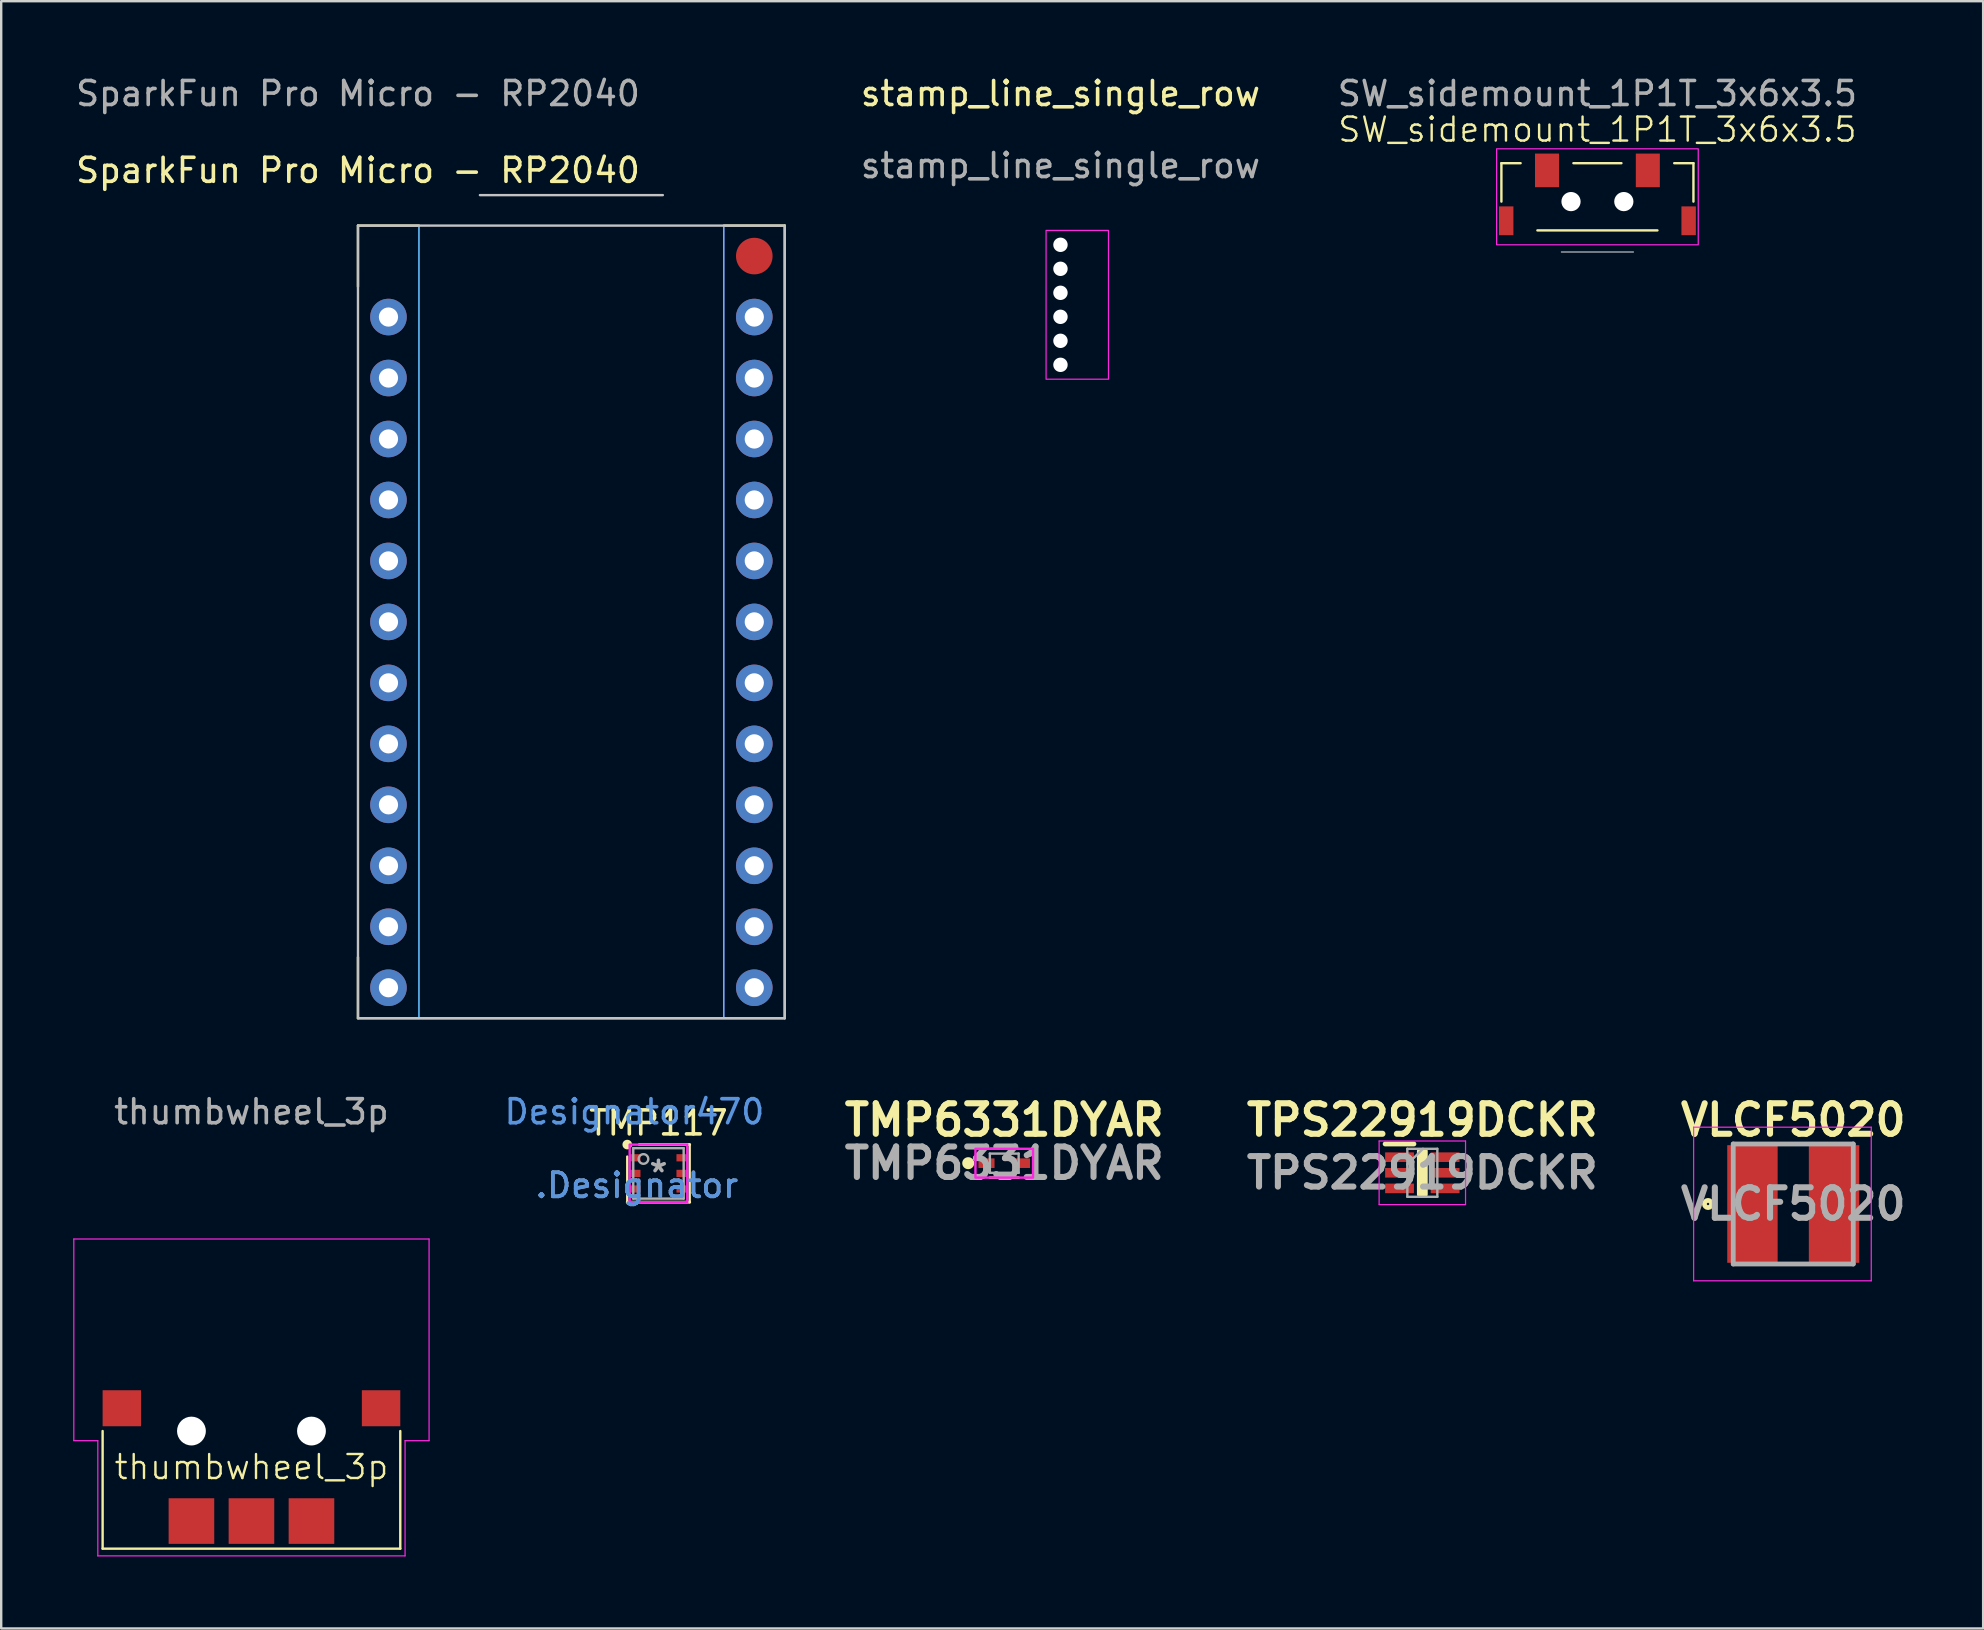
<source format=kicad_pcb>
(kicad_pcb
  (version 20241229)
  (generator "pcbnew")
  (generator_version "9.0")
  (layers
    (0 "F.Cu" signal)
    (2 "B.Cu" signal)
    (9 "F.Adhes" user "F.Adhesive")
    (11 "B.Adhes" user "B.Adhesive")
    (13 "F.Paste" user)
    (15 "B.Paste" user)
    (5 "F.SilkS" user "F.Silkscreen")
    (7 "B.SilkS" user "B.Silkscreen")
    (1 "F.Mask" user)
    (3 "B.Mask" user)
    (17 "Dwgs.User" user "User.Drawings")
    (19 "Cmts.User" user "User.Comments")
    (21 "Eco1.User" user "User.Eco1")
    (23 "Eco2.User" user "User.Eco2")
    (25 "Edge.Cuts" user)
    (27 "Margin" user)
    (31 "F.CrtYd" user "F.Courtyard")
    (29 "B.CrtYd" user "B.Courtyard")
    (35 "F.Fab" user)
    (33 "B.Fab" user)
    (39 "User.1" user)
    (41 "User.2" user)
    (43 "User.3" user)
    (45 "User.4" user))
  (footprint "SparkFun Pro Micro - RP2040"
    (layer "F.Cu")
    (at 11.863 6.348)
    (property "Reference" "SparkFun Pro Micro - RP2040" (at 0 -2.3 0) (unlocked yes) (layer "F.SilkS") (effects (font (size 1 1) (thickness 0.15))))
    (attr through_hole)
    (fp_line (start 0 0) (end 2.54 0) (stroke (width 0.1) (type default)) (layer "F.SilkS"))
    (fp_line (start 0 2.54) (end 0 0) (stroke (width 0.1) (type default)) (layer "F.SilkS"))
    (fp_line (start 0 33.02) (end 0 30.48) (stroke (width 0.1) (type default)) (layer "F.SilkS"))
    (fp_line (start 15.24 0) (end 17.78 0) (stroke (width 0.1) (type default)) (layer "F.SilkS"))
    (fp_line (start 17.78 0) (end 17.78 33.02) (stroke (width 0.1) (type default)) (layer "F.SilkS"))
    (fp_line (start 17.78 33.02) (end 0 33.02) (stroke (width 0.1) (type default)) (layer "F.SilkS"))
    (fp_rect (start 0 0) (end 17.78 33.02) (stroke (width 0.1) (type default)) (fill no) (layer "Dwgs.User"))
    (fp_rect (start 5.08 -1.27) (end 12.7 -1.27) (stroke (width 0.1) (type default)) (fill no) (layer "Dwgs.User"))
    (fp_rect (start 0 0) (end 2.54 33.02) (stroke (width 0.05) (type default)) (fill no) (layer "B.CrtYd"))
    (fp_rect (start 15.24 0) (end 17.78 33.02) (stroke (width 0.05) (type default)) (fill no) (layer "B.CrtYd"))
    (fp_rect (start 0 0) (end 2.54 33.02) (stroke (width 0.05) (type default)) (fill no) (layer "F.CrtYd"))
    (fp_rect (start 15.24 0) (end 17.78 33.02) (stroke (width 0.05) (type default)) (fill no) (layer "F.CrtYd"))
    (fp_text user "${REFERENCE}" (at 0 -5.5 0) (unlocked yes) (layer "F.Fab") (effects (font (size 1 1) (thickness 0.15))))
    (pad "1" thru_hole circle (at 16.51 3.81) (size 1.524 1.524) (drill 0.8) (layers "*.Cu" "*.Mask"))
    (pad "2" thru_hole circle (at 16.51 6.35) (size 1.524 1.524) (drill 0.8) (layers "*.Cu" "*.Mask"))
    (pad "3" thru_hole circle (at 16.51 8.89) (size 1.524 1.524) (drill 0.8) (layers "*.Cu" "*.Mask"))
    (pad "4" thru_hole circle (at 16.51 11.43) (size 1.524 1.524) (drill 0.8) (layers "*.Cu" "*.Mask"))
    (pad "5" thru_hole circle (at 16.51 13.97) (size 1.524 1.524) (drill 0.8) (layers "*.Cu" "*.Mask"))
    (pad "6" thru_hole circle (at 16.51 16.51) (size 1.524 1.524) (drill 0.8) (layers "*.Cu" "*.Mask"))
    (pad "7" thru_hole circle (at 16.51 19.05) (size 1.524 1.524) (drill 0.8) (layers "*.Cu" "*.Mask"))
    (pad "8" thru_hole circle (at 16.51 21.59) (size 1.524 1.524) (drill 0.8) (layers "*.Cu" "*.Mask"))
    (pad "9" thru_hole circle (at 16.51 24.13) (size 1.524 1.524) (drill 0.8) (layers "*.Cu" "*.Mask"))
    (pad "10" thru_hole circle (at 16.51 26.67) (size 1.524 1.524) (drill 0.8) (layers "*.Cu" "*.Mask"))
    (pad "11" thru_hole circle (at 16.51 29.21) (size 1.524 1.524) (drill 0.8) (layers "*.Cu" "*.Mask"))
    (pad "12" thru_hole circle (at 16.51 31.75) (size 1.524 1.524) (drill 0.8) (layers "*.Cu" "*.Mask"))
    (pad "13" thru_hole circle (at 1.27 31.75) (size 1.524 1.524) (drill 0.8) (layers "*.Cu" "*.Mask"))
    (pad "14" thru_hole circle (at 1.27 29.21) (size 1.524 1.524) (drill 0.8) (layers "*.Cu" "*.Mask"))
    (pad "15" thru_hole circle (at 1.27 26.67) (size 1.524 1.524) (drill 0.8) (layers "*.Cu" "*.Mask"))
    (pad "16" thru_hole circle (at 1.27 24.13) (size 1.524 1.524) (drill 0.8) (layers "*.Cu" "*.Mask"))
    (pad "17" thru_hole circle (at 1.27 21.59) (size 1.524 1.524) (drill 0.8) (layers "*.Cu" "*.Mask"))
    (pad "18" thru_hole circle (at 1.27 19.05) (size 1.524 1.524) (drill 0.8) (layers "*.Cu" "*.Mask"))
    (pad "19" thru_hole circle (at 1.27 16.51) (size 1.524 1.524) (drill 0.8) (layers "*.Cu" "*.Mask"))
    (pad "20" thru_hole circle (at 1.27 13.97) (size 1.524 1.524) (drill 0.8) (layers "*.Cu" "*.Mask"))
    (pad "21" thru_hole circle (at 1.27 11.43) (size 1.524 1.524) (drill 0.8) (layers "*.Cu" "*.Mask"))
    (pad "22" thru_hole circle (at 1.27 8.89) (size 1.524 1.524) (drill 0.8) (layers "*.Cu" "*.Mask"))
    (pad "23" thru_hole circle (at 1.27 6.35) (size 1.524 1.524) (drill 0.8) (layers "*.Cu" "*.Mask"))
    (pad "24" thru_hole circle (at 1.27 3.81) (size 1.524 1.524) (drill 0.8) (layers "*.Cu" "*.Mask"))
    (pad "25" smd circle (at 16.51 1.27) (size 1.524 1.524) (layers "F.Cu" "F.Mask" "F.Paste")))
  (footprint "thumbwheel_3p"
    (layer "F.Cu")
    (at 7.425 56.566)
    (property "Reference" "thumbwheel_3p" (at 0 1.5 0) (unlocked yes) (layer "F.SilkS") (effects (font (size 1 1) (thickness 0.1))))
    (attr smd)
    (fp_line (start -6.2 0) (end -6.2 4.9) (stroke (width 0.1) (type default)) (layer "F.SilkS"))
    (fp_line (start -6.2 4.9) (end 6.2 4.9) (stroke (width 0.1) (type default)) (layer "F.SilkS"))
    (fp_line (start 6.2 4.9) (end 6.2 0) (stroke (width 0.1) (type default)) (layer "F.SilkS"))
    (fp_line (start -7.4 -8) (end -7.4 0.4) (stroke (width 0.05) (type default)) (layer "F.CrtYd"))
    (fp_line (start -7.4 0.4) (end -6.4 0.4) (stroke (width 0.05) (type default)) (layer "F.CrtYd"))
    (fp_line (start -6.4 0.4) (end -6.4 5.2) (stroke (width 0.05) (type default)) (layer "F.CrtYd"))
    (fp_line (start -6.4 5.2) (end 6.4 5.2) (stroke (width 0.05) (type default)) (layer "F.CrtYd"))
    (fp_line (start 6.4 0.4) (end 7.4 0.4) (stroke (width 0.05) (type default)) (layer "F.CrtYd"))
    (fp_line (start 6.4 5.2) (end 6.4 0.4) (stroke (width 0.05) (type default)) (layer "F.CrtYd"))
    (fp_line (start 7.4 -8) (end -7.4 -8) (stroke (width 0.05) (type default)) (layer "F.CrtYd"))
    (fp_line (start 7.4 0.4) (end 7.4 -8) (stroke (width 0.05) (type default)) (layer "F.CrtYd"))
    (fp_text user "${REFERENCE}" (at 0 -13.3 0) (unlocked yes) (layer "F.Fab") (effects (font (size 1 1) (thickness 0.15))))
    (pad "" np_thru_hole circle (at -2.5 0) (size 1.2 1.2) (drill 1.2) (layers "*.Cu" "*.Mask"))
    (pad "" np_thru_hole circle (at 2.5 0) (size 1.2 1.2) (drill 1.2) (layers "*.Cu" "*.Mask"))
    (pad "1" smd rect (at -2.5 3.75) (size 1.9 1.9) (layers "F.Cu" "F.Mask" "F.Paste"))
    (pad "2" smd rect (at 0 3.75) (size 1.9 1.9) (layers "F.Cu" "F.Mask" "F.Paste"))
    (pad "3" smd rect (at 2.5 3.75) (size 1.9 1.9) (layers "F.Cu" "F.Mask" "F.Paste"))
    (pad "4" smd rect (at 5.4 -0.95) (size 1.6 1.5) (layers "F.Cu" "F.Mask" "F.Paste"))
    (pad "5" smd rect (at -5.4 -0.95) (size 1.6 1.5) (layers "F.Cu" "F.Mask" "F.Paste")))
  (footprint "SW_sidemount_1P1T_3x6x3.5"
    (layer "F.Cu")
    (at 63.497 5.348)
    (property "Reference" "SW_sidemount_1P1T_3x6x3.5" (at 0 -3 0) (unlocked yes) (layer "F.SilkS") (effects (font (size 1 1) (thickness 0.1))))
    (attr smd)
    (fp_line (start -4 -1.6) (end -3.2 -1.6) (stroke (width 0.1) (type default)) (layer "F.SilkS"))
    (fp_line (start -4 0) (end -4 -1.6) (stroke (width 0.1) (type default)) (layer "F.SilkS"))
    (fp_line (start -2.5 1.2) (end 2.5 1.2) (stroke (width 0.1) (type default)) (layer "F.SilkS"))
    (fp_line (start -1 -1.6) (end 1 -1.6) (stroke (width 0.1) (type default)) (layer "F.SilkS"))
    (fp_line (start 4 -1.6) (end 3.2 -1.6) (stroke (width 0.1) (type default)) (layer "F.SilkS"))
    (fp_line (start 4 0) (end 4 -1.6) (stroke (width 0.1) (type default)) (layer "F.SilkS"))
    (fp_line (start -1.5 2.1) (end 1.5 2.1) (stroke (width 0.05) (type default)) (layer "Dwgs.User"))
    (fp_rect (start -4.2 -2.2) (end 4.2 1.8) (stroke (width 0.05) (type default)) (fill no) (layer "F.CrtYd"))
    (fp_text user "${REFERENCE}" (at 0 -4.5 0) (unlocked yes) (layer "F.Fab") (effects (font (size 1 1) (thickness 0.15))))
    (pad "" np_thru_hole circle (at -1.1 0) (size 0.8 0.8) (drill 0.8) (layers "*.Cu" "*.Mask"))
    (pad "" np_thru_hole circle (at 1.1 0) (size 0.8 0.8) (drill 0.8) (layers "*.Cu" "*.Mask"))
    (pad "1" smd rect (at -3.8 0.8) (size 0.6 1.2) (layers "F.Cu" "F.Mask" "F.Paste"))
    (pad "2" smd rect (at -2.1 -1.3) (size 1 1.4) (layers "F.Cu" "F.Mask" "F.Paste"))
    (pad "3" smd rect (at 2.1 -1.3) (size 1 1.4) (layers "F.Cu" "F.Mask" "F.Paste"))
    (pad "4" smd rect (at 3.8 0.8) (size 0.6 1.2) (layers "F.Cu" "F.Mask" "F.Paste")))
  (footprint "TPS22919DCKR"
    (layer "F.Cu")
    (at 56.203 45.807)
    (property "Reference" "TPS22919DCKR" (at 0 -2.2 0) (layer "F.SilkS") (effects (font (size 1.27 1.27) (thickness 0.254))))
    (attr smd)
    (fp_line (start -1.55 -1.2) (end -0.35 -1.2) (stroke (width 0.2) (type solid)) (layer "F.SilkS"))
    (fp_rect (start -0.1 -0.9) (end 0.1 0.9) (stroke (width 0.25) (type solid)) (fill yes) (layer "F.SilkS"))
    (fp_line (start -1.8 -1.325) (end 1.8 -1.325) (stroke (width 0.05) (type solid)) (layer "F.CrtYd"))
    (fp_line (start -1.8 1.325) (end -1.8 -1.325) (stroke (width 0.05) (type solid)) (layer "F.CrtYd"))
    (fp_line (start 1.8 -1.325) (end 1.8 1.325) (stroke (width 0.05) (type solid)) (layer "F.CrtYd"))
    (fp_line (start 1.8 1.325) (end -1.8 1.325) (stroke (width 0.05) (type solid)) (layer "F.CrtYd"))
    (fp_line (start -0.625 -1) (end 0.625 -1) (stroke (width 0.1) (type solid)) (layer "F.Fab"))
    (fp_line (start -0.625 -0.35) (end 0.025 -1) (stroke (width 0.1) (type solid)) (layer "F.Fab"))
    (fp_line (start -0.625 1) (end -0.625 -1) (stroke (width 0.1) (type solid)) (layer "F.Fab"))
    (fp_line (start 0.625 -1) (end 0.625 1) (stroke (width 0.1) (type solid)) (layer "F.Fab"))
    (fp_line (start 0.625 1) (end -0.625 1) (stroke (width 0.1) (type solid)) (layer "F.Fab"))
    (fp_text user "${REFERENCE}" (at 0 0 0) (layer "F.Fab") (effects (font (size 1.27 1.27) (thickness 0.254))))
    (pad "1" smd rect (at -0.95 -0.65 90) (size 0.4 1.2) (layers "F.Cu" "F.Mask" "F.Paste"))
    (pad "2" smd rect (at -0.95 0 90) (size 0.4 1.2) (layers "F.Cu" "F.Mask" "F.Paste"))
    (pad "3" smd rect (at -0.95 0.65 90) (size 0.4 1.2) (layers "F.Cu" "F.Mask" "F.Paste"))
    (pad "4" smd rect (at 0.95 0.65 90) (size 0.4 1.2) (layers "F.Cu" "F.Mask" "F.Paste"))
    (pad "5" smd rect (at 0.95 0 90) (size 0.4 1.2) (layers "F.Cu" "F.Mask" "F.Paste"))
    (pad "6" smd rect (at 0.95 -0.65 90) (size 0.4 1.2) (layers "F.Cu" "F.Mask" "F.Paste")))
  (footprint "VLCF5020"
    (layer "F.Cu")
    (at 71.655 47.107)
    (property "Reference" "VLCF5020" (at 0 -3.5 0) (layer "F.SilkS") (effects (font (size 1.27 1.27) (thickness 0.254))))
    (attr smd)
    (fp_circle (center -3.55 0) (end -3.55 0.05) (stroke (width 0.2) (type solid)) (fill no) (layer "F.SilkS"))
    (fp_line (start -4.15 -3.2) (end 3.25 -3.2) (stroke (width 0.05) (type solid)) (layer "F.CrtYd"))
    (fp_line (start -4.15 3.2) (end -4.15 -3.2) (stroke (width 0.05) (type solid)) (layer "F.CrtYd"))
    (fp_line (start 3.25 -3.2) (end 3.25 3.2) (stroke (width 0.05) (type solid)) (layer "F.CrtYd"))
    (fp_line (start 3.25 3.2) (end -4.15 3.2) (stroke (width 0.05) (type solid)) (layer "F.CrtYd"))
    (fp_line (start -2.5 -2.5) (end 2.5 -2.5) (stroke (width 0.2) (type solid)) (layer "F.Fab"))
    (fp_line (start -2.5 2.5) (end -2.5 -2.5) (stroke (width 0.2) (type solid)) (layer "F.Fab"))
    (fp_line (start 2.5 -2.5) (end 2.5 2.5) (stroke (width 0.2) (type solid)) (layer "F.Fab"))
    (fp_line (start 2.5 2.5) (end -2.5 2.5) (stroke (width 0.2) (type solid)) (layer "F.Fab"))
    (fp_text user "${REFERENCE}" (at 0 0 0) (layer "F.Fab") (effects (font (size 1.27 1.27) (thickness 0.254))))
    (pad "1" smd rect (at -1.7 0) (size 2.1 4.9) (layers "F.Cu" "F.Mask" "F.Paste"))
    (pad "2" smd rect (at 1.7 0) (size 2.1 4.9) (layers "F.Cu" "F.Mask" "F.Paste")))
  (footprint "TMP6331DYAR"
    (layer "F.Cu")
    (at 38.786 45.407)
    (property "Reference" "TMP6331DYAR" (at 0 -1.8 0) (layer "F.SilkS") (effects (font (size 1.27 1.27) (thickness 0.254))))
    (attr smd)
    (fp_line (start -0.6 -0.6) (end 0.6 -0.6) (stroke (width 0.1) (type default)) (layer "F.SilkS"))
    (fp_line (start -0.6 0.6) (end 0.6 0.6) (stroke (width 0.1) (type default)) (layer "F.SilkS"))
    (fp_circle (center -1.5 0) (end -1.3 0) (stroke (width 0.1) (type solid)) (fill yes) (layer "F.SilkS"))
    (fp_rect (start -1.2 -0.6) (end 1.2 0.6) (stroke (width 0.1) (type default)) (fill no) (layer "F.CrtYd"))
    (fp_line (start -0.6 -0.4) (end -0.6 0.4) (stroke (width 0.1) (type solid)) (layer "F.Fab"))
    (fp_line (start -0.6 0.4) (end 0.6 0.4) (stroke (width 0.1) (type solid)) (layer "F.Fab"))
    (fp_line (start 0.6 -0.4) (end -0.6 -0.4) (stroke (width 0.1) (type solid)) (layer "F.Fab"))
    (fp_line (start 0.6 0.4) (end 0.6 -0.4) (stroke (width 0.1) (type solid)) (layer "F.Fab"))
    (fp_text user "${REFERENCE}" (at 0 0 0) (layer "F.Fab") (effects (font (size 1.27 1.27) (thickness 0.254))))
    (pad "1" smd rect (at -0.74 0 90) (size 0.4 0.67) (layers "F.Cu" "F.Mask" "F.Paste"))
    (pad "2" smd rect (at 0.74 0 90) (size 0.4 0.67) (layers "F.Cu" "F.Mask" "F.Paste")))
  (footprint "TMP117"
    (layer "F.Cu")
    (at 24.381 45.832)
    (property "Reference" "TMP117" (at 0 -2.1 0) (layer "F.SilkS") (effects (font (size 1 1) (thickness 0.15))))
    (attr through_hole)
    (fp_line (start -1.3 1.2) (end -1.3 -0.7) (stroke (width 0.1) (type default)) (layer "F.SilkS"))
    (fp_line (start -1.3 1.2) (end 1.3 1.2) (stroke (width 0.12) (type solid)) (layer "F.SilkS"))
    (fp_line (start 1.3 -1.2) (end -0.8 -1.2) (stroke (width 0.12) (type solid)) (layer "F.SilkS"))
    (fp_line (start 1.3 -1.2) (end 1.3 1.2) (stroke (width 0.1) (type default)) (layer "F.SilkS"))
    (fp_circle (center -1.3 -1.2) (end -1.15 -1.2) (stroke (width 0.1) (type solid)) (fill yes) (layer "F.SilkS"))
    (fp_rect (start -1.2 -1.2) (end 1.2 1.2) (stroke (width 0.1) (type default)) (fill no) (layer "F.CrtYd"))
    (fp_line (start -1.05 -1.05) (end 1.05 -1.05) (stroke (width 0.1) (type solid)) (layer "F.Fab"))
    (fp_line (start -1.05 1.05) (end -1.05 -1.05) (stroke (width 0.1) (type solid)) (layer "F.Fab"))
    (fp_line (start -1.05 1.05) (end 1.05 1.05) (stroke (width 0.1) (type solid)) (layer "F.Fab"))
    (fp_line (start 1.05 1.05) (end 1.05 -1.05) (stroke (width 0.1) (type solid)) (layer "F.Fab"))
    (fp_circle (center -0.625 -0.6) (end -0.425 -0.6) (stroke (width 0.1) (type solid)) (fill no) (layer "F.Fab"))
    (fp_text user "Copyright 2021 Accelerated Designs. All rights reserved." (at 0 0 0) (layer "Cmts.User") (effects (font (size 0.127 0.127) (thickness 0.002))))
    (fp_text user "Designator470" (at -1.002 -2.566 0) (layer "Cmts.User") (effects (font (size 1 1) (thickness 0.15))))
    (fp_text user ".Designator" (at -0.9 0.5 0) (layer "Cmts.User") (effects (font (size 1 1) (thickness 0.15))))
    (fp_text user ".Designator" (at -0.9 0.5 0) (layer "F.Fab") (effects (font (size 1 1) (thickness 0.15))))
    (fp_text user "*" (at 0 0 0) (layer "F.Fab") (effects (font (size 1 1) (thickness 0.15))))
    (pad "1" smd rect (at -0.975 -0.65 90) (size 0.3 0.45) (layers "F.Cu" "F.Mask" "F.Paste"))
    (pad "2" smd rect (at -0.975 0 90) (size 0.3 0.45) (layers "F.Cu" "F.Mask" "F.Paste"))
    (pad "3" smd rect (at -0.975 0.65 90) (size 0.3 0.45) (layers "F.Cu" "F.Mask" "F.Paste"))
    (pad "4" smd rect (at 0.975 0.65 90) (size 0.3 0.45) (layers "F.Cu" "F.Mask" "F.Paste"))
    (pad "5" smd rect (at 0.975 0 90) (size 0.3 0.45) (layers "F.Cu" "F.Mask" "F.Paste"))
    (pad "6" smd rect (at 0.975 -0.65 90) (size 0.3 0.45) (layers "F.Cu" "F.Mask" "F.Paste")))
  (footprint "stamp_line_single_row"
    (layer "F.Cu")
    (at 41.128 7.148)
    (property "Reference" "stamp_line_single_row" (at 0 -6.3 0) (unlocked yes) (layer "F.SilkS") (effects (font (size 1 1) (thickness 0.15))))
    (fp_rect (start -0.6 -0.6) (end 2 5.6) (stroke (width 0.05) (type solid)) (fill no) (layer "F.CrtYd"))
    (fp_text user "${REFERENCE}" (at 0 -3.3 0) (unlocked yes) (layer "F.Fab") (effects (font (size 1 1) (thickness 0.15))))
    (pad "" np_thru_hole circle (at 0 0) (size 0.6 0.6) (drill 0.6) (layers "*.Cu" "*.Mask"))
    (pad "" np_thru_hole circle (at 0 1) (size 0.6 0.6) (drill 0.6) (layers "*.Cu" "*.Mask"))
    (pad "" np_thru_hole circle (at 0 2) (size 0.6 0.6) (drill 0.6) (layers "*.Cu" "*.Mask"))
    (pad "" np_thru_hole circle (at 0 3) (size 0.6 0.6) (drill 0.6) (layers "*.Cu" "*.Mask"))
    (pad "" np_thru_hole circle (at 0 4) (size 0.6 0.6) (drill 0.6) (layers "*.Cu" "*.Mask"))
    (pad "" np_thru_hole circle (at 0 5) (size 0.6 0.6) (drill 0.6) (layers "*.Cu" "*.Mask")))
  (gr_rect
    (start -3 -3)
    (end 79.566 64.791)
    (stroke (width 0.1) (type default))
    (fill no)
    (layer "Edge.Cuts")))
</source>
